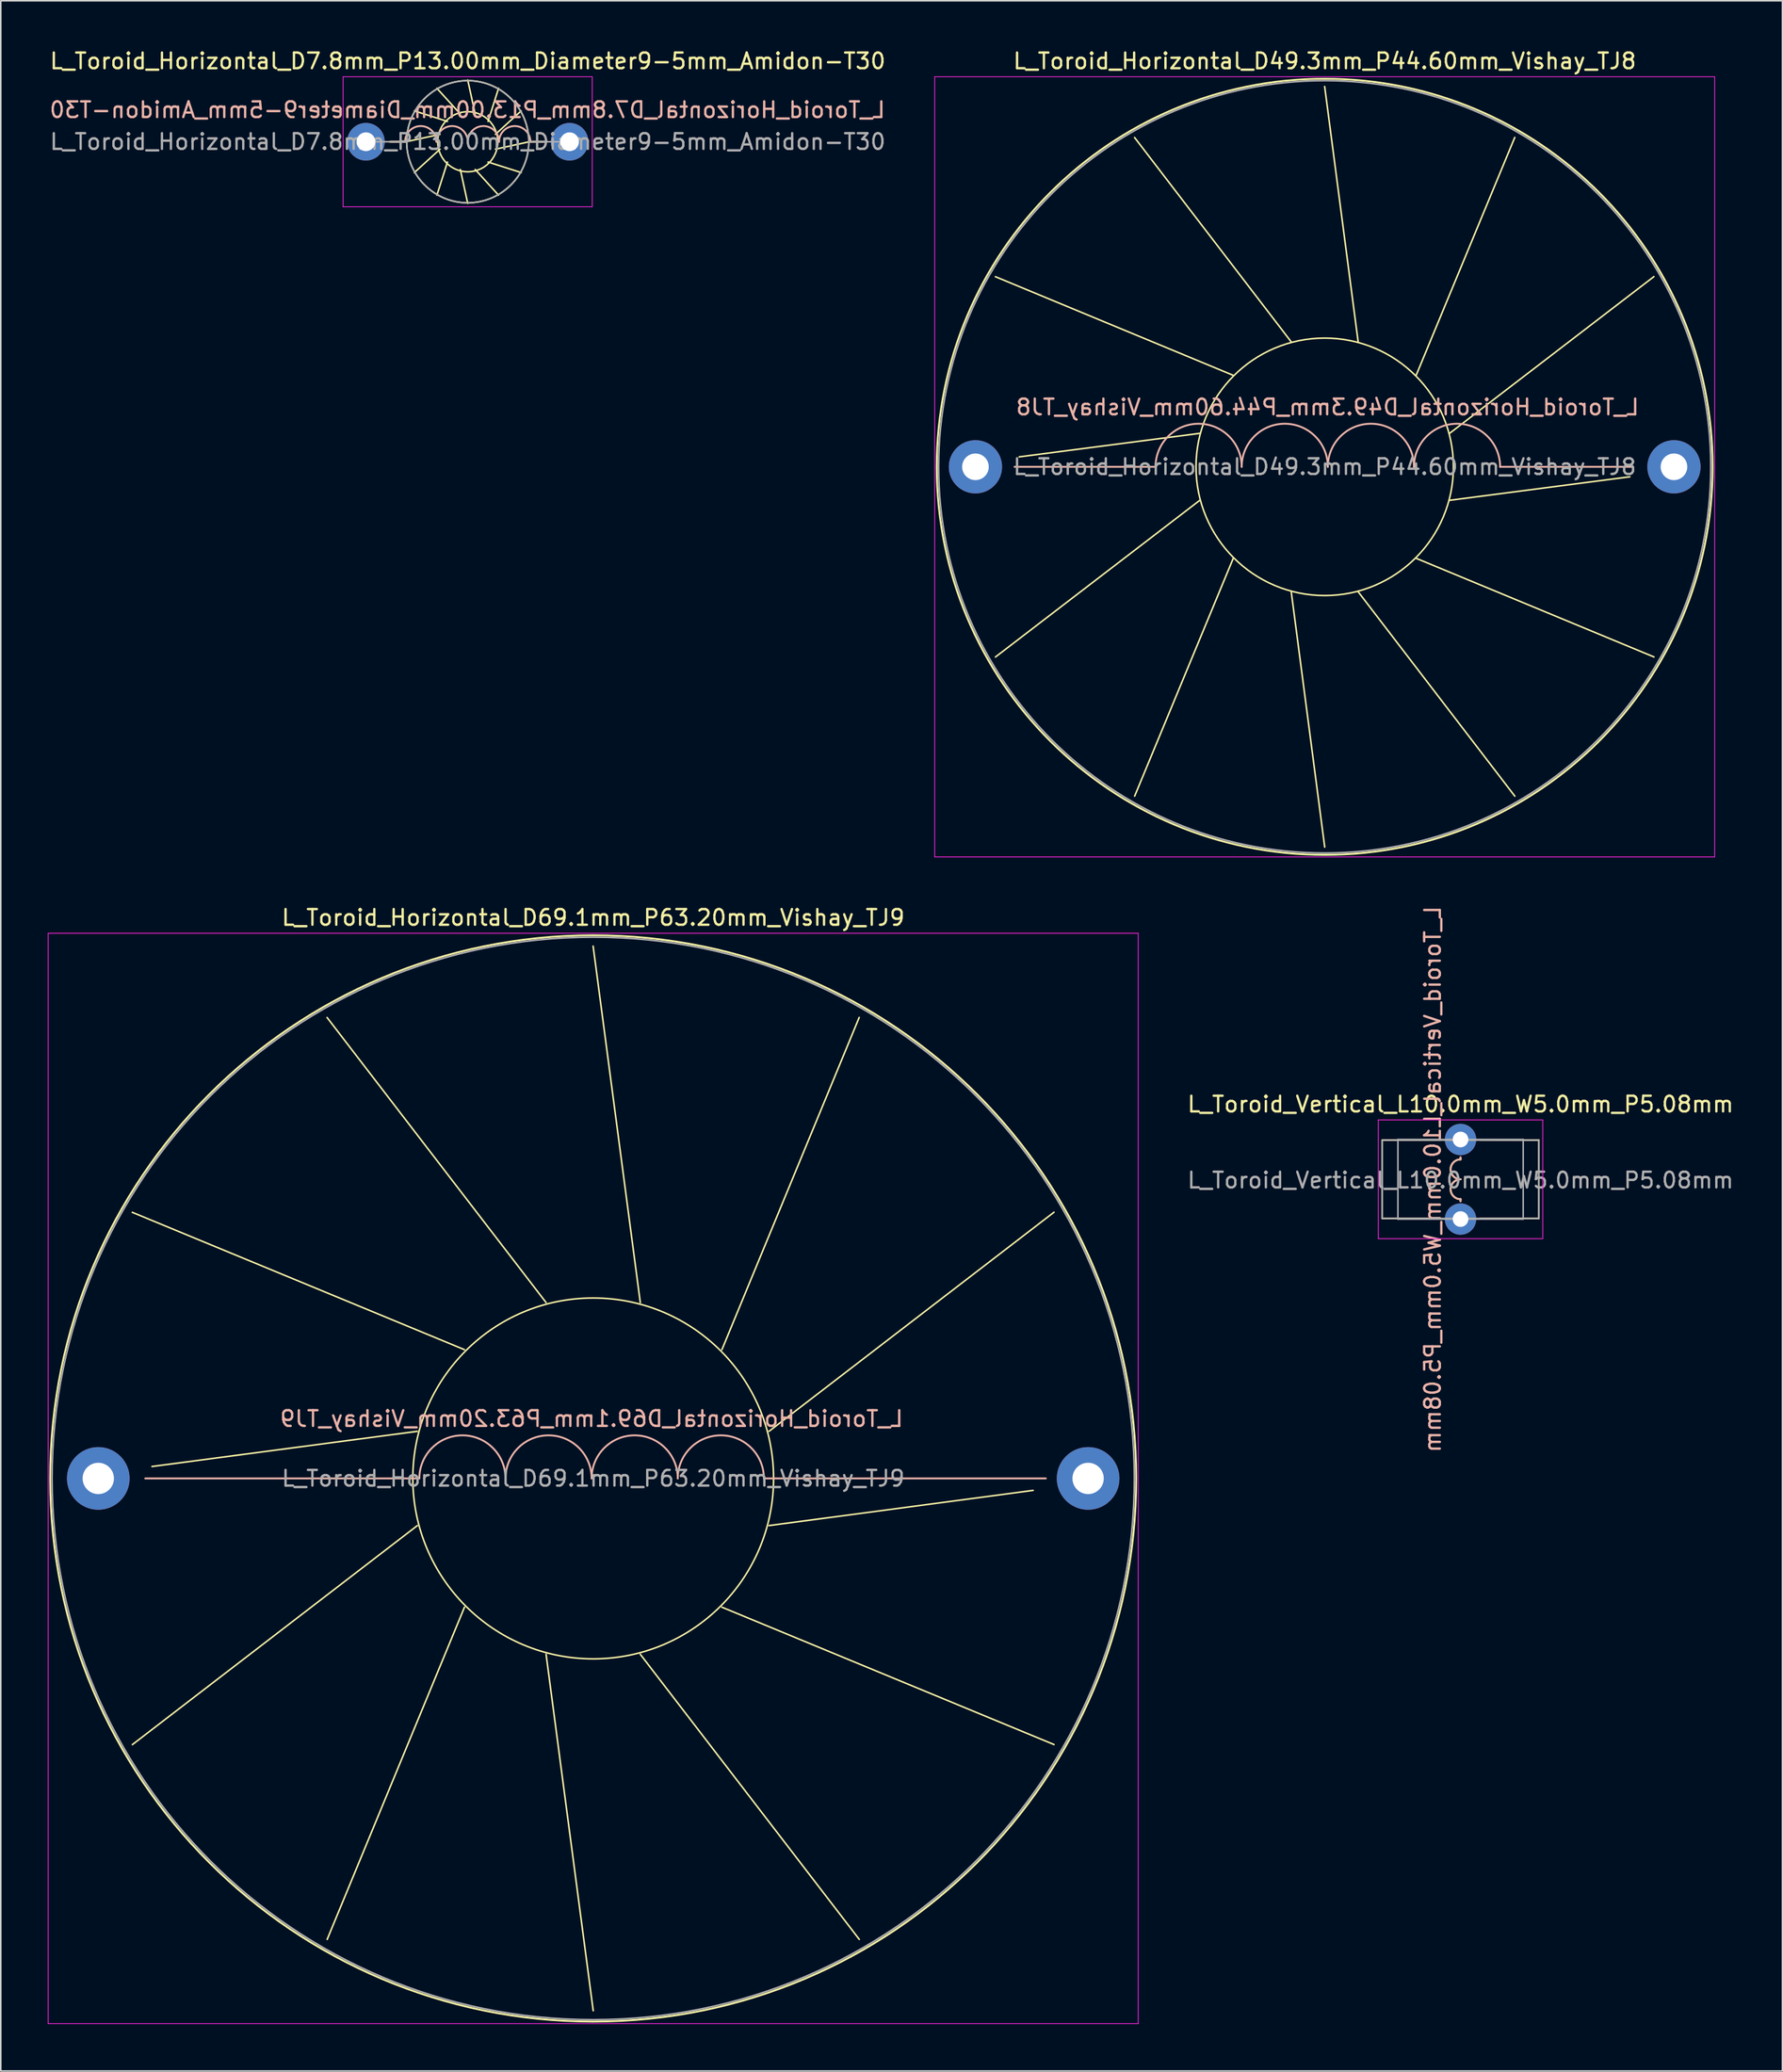
<source format=kicad_pcb>
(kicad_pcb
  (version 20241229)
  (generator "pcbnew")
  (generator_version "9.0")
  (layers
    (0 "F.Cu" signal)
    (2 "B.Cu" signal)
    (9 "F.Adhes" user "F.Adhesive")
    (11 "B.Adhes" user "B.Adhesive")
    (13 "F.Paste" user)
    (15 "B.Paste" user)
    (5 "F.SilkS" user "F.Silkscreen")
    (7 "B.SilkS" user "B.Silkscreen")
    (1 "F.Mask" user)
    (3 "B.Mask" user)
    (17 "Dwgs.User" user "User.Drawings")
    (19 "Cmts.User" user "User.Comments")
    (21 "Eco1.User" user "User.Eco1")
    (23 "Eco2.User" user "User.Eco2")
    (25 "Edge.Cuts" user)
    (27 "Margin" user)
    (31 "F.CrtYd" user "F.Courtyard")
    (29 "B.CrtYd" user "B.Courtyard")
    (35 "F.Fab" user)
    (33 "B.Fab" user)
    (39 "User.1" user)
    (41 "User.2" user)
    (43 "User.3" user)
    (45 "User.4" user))
  (footprint "L_Toroid_Horizontal_D7.8mm_P13.00mm_Diameter9-5mm_Amidon-T30"
    (layer "F.Cu")
    (at 20.315 5.997)
    (property "Reference" "L_Toroid_Horizontal_D7.8mm_P13.00mm_Diameter9-5mm_Amidon-T30" (at 6.5 -5.149 0) (layer "F.SilkS") (effects (font (size 1 1) (thickness 0.15))))
    (fp_line (start 2.561 0.000365) (end 4.729 -0.474) (stroke (width 0.1) (type solid)) (layer "F.SilkS"))
    (fp_line (start 2.601 0) (end 1.524 0) (stroke (width 0.12) (type solid)) (layer "F.SilkS"))
    (fp_line (start 3.089 -1.969) (end 5.203 -1.296) (stroke (width 0.1) (type solid)) (layer "F.SilkS"))
    (fp_line (start 3.089 1.97) (end 4.729 0.475) (stroke (width 0.1) (type solid)) (layer "F.SilkS"))
    (fp_line (start 4.53 -3.411) (end 6.025 -1.771) (stroke (width 0.1) (type solid)) (layer "F.SilkS"))
    (fp_line (start 4.531 3.411) (end 5.204 1.297) (stroke (width 0.1) (type solid)) (layer "F.SilkS"))
    (fp_line (start 6.499 -3.939) (end 6.974 -1.771) (stroke (width 0.1) (type solid)) (layer "F.SilkS"))
    (fp_line (start 6.5 3.939) (end 6.026 1.771) (stroke (width 0.1) (type solid)) (layer "F.SilkS"))
    (fp_line (start 8.469 -3.411) (end 7.796 -1.297) (stroke (width 0.1) (type solid)) (layer "F.SilkS"))
    (fp_line (start 8.469 3.411) (end 6.975 1.771) (stroke (width 0.1) (type solid)) (layer "F.SilkS"))
    (fp_line (start 9.911 -1.97) (end 8.271 -0.475) (stroke (width 0.1) (type solid)) (layer "F.SilkS"))
    (fp_line (start 9.911 1.969) (end 7.797 1.297) (stroke (width 0.1) (type solid)) (layer "F.SilkS"))
    (fp_line (start 10.439 -0.001) (end 8.271 0.474) (stroke (width 0.1) (type solid)) (layer "F.SilkS"))
    (fp_line (start 10.439 -0.001) (end 11.43 0) (stroke (width 0.12) (type solid)) (layer "F.SilkS"))
    (fp_circle (center 6.5 0) (end 8.418 0) (stroke (width 0.1) (type solid)) (fill no) (layer "F.SilkS"))
    (fp_circle (center 6.5 0) (end 10.399 0) (stroke (width 0.1) (type solid)) (fill no) (layer "F.SilkS"))
    (fp_line (start 1.6 0) (end 2.5 0) (stroke (width 0.12) (type solid)) (layer "B.SilkS"))
    (fp_line (start 11.4 0) (end 10.5 0) (stroke (width 0.12) (type solid)) (layer "B.SilkS"))
    (fp_arc (start 2.5 0) (mid 3.5 -1) (end 4.5 0) (stroke (width 0.12) (type solid)) (layer "B.SilkS"))
    (fp_arc (start 4.5 0) (mid 5.5 -1) (end 6.5 0) (stroke (width 0.12) (type solid)) (layer "B.SilkS"))
    (fp_arc (start 6.5 0) (mid 7.5 -1) (end 8.5 0) (stroke (width 0.12) (type solid)) (layer "B.SilkS"))
    (fp_arc (start 8.5 0) (mid 9.5 -1) (end 10.5 0) (stroke (width 0.12) (type solid)) (layer "B.SilkS"))
    (fp_line (start -1.46 -4.15) (end -1.46 4.15) (stroke (width 0.05) (type solid)) (layer "F.CrtYd"))
    (fp_line (start -1.46 4.15) (end 14.45 4.15) (stroke (width 0.05) (type solid)) (layer "F.CrtYd"))
    (fp_line (start 14.45 -4.15) (end -1.46 -4.15) (stroke (width 0.05) (type solid)) (layer "F.CrtYd"))
    (fp_line (start 14.45 4.15) (end 14.45 -4.15) (stroke (width 0.05) (type solid)) (layer "F.CrtYd"))
    (fp_line (start 0 0) (end 2.601 0) (stroke (width 0.1) (type solid)) (layer "F.Fab"))
    (fp_line (start 13 0) (end 10.399 0) (stroke (width 0.1) (type solid)) (layer "F.Fab"))
    (fp_circle (center 6.5 0) (end 10.399 0) (stroke (width 0.1) (type solid)) (fill no) (layer "F.Fab"))
    (fp_text user "${REFERENCE}" (at 6.477 -2.032 0) (layer "B.SilkS") (effects (font (size 1 1) (thickness 0.15)) (justify mirror)))
    (fp_text user "${REFERENCE}" (at 6.5 0 0) (layer "F.Fab") (effects (font (size 1 1) (thickness 0.15))))
    (pad "1" thru_hole circle (at 0 0) (size 2.4 2.4) (drill 1.2) (layers "*.Cu" "*.Mask"))
    (pad "2" thru_hole circle (at 13 0) (size 2.4 2.4) (drill 1.2) (layers "*.Cu" "*.Mask")))
  (footprint "L_Toroid_Vertical_L10.0mm_W5.0mm_P5.08mm"
    (layer "F.Cu")
    (at 90.204 69.687)
    (property "Reference" "L_Toroid_Vertical_L10.0mm_W5.0mm_P5.08mm" (at 0 -2.25 0) (layer "F.SilkS") (effects (font (size 1 1) (thickness 0.15))))
    (fp_line (start -5 0.04) (end -5 5.04) (stroke (width 0.1) (type solid)) (layer "F.SilkS"))
    (fp_line (start -5 5.04) (end -1.27 5.04) (stroke (width 0.1) (type solid)) (layer "F.SilkS"))
    (fp_line (start -1.27 0.025) (end -5 0.036) (stroke (width 0.1) (type solid)) (layer "F.SilkS"))
    (fp_line (start 0 1.27) (end 0 1.143) (stroke (width 0.12) (type solid)) (layer "F.SilkS"))
    (fp_line (start 0 3.937) (end 0 3.81) (stroke (width 0.12) (type solid)) (layer "F.SilkS"))
    (fp_line (start 1.27 5.04) (end 5 5.04) (stroke (width 0.1) (type solid)) (layer "F.SilkS"))
    (fp_line (start 5 0.04) (end 1.27 0.025) (stroke (width 0.1) (type solid)) (layer "F.SilkS"))
    (fp_line (start 5 5.04) (end 5 0.04) (stroke (width 0.1) (type solid)) (layer "F.SilkS"))
    (fp_arc (start 0 2.54) (mid -0.635 1.905) (end 0 1.27) (stroke (width 0.12) (type solid)) (layer "F.SilkS"))
    (fp_arc (start 0 3.81) (mid -0.635 3.175) (end 0 2.54) (stroke (width 0.12) (type solid)) (layer "F.SilkS"))
    (fp_line (start 0 1.27) (end 0 1.143) (stroke (width 0.12) (type solid)) (layer "B.SilkS"))
    (fp_line (start 0 3.937) (end 0 3.81) (stroke (width 0.12) (type solid)) (layer "B.SilkS"))
    (fp_arc (start 0 2.54) (mid -0.635 1.905) (end 0 1.27) (stroke (width 0.12) (type solid)) (layer "B.SilkS"))
    (fp_arc (start 0 3.81) (mid -0.635 3.175) (end 0 2.54) (stroke (width 0.12) (type solid)) (layer "B.SilkS"))
    (fp_line (start -5.25 -1.25) (end -5.25 6.33) (stroke (width 0.05) (type solid)) (layer "F.CrtYd"))
    (fp_line (start -5.25 6.33) (end 5.25 6.33) (stroke (width 0.05) (type solid)) (layer "F.CrtYd"))
    (fp_line (start 5.25 -1.25) (end -5.25 -1.25) (stroke (width 0.05) (type solid)) (layer "F.CrtYd"))
    (fp_line (start 5.25 6.33) (end 5.25 -1.25) (stroke (width 0.05) (type solid)) (layer "F.CrtYd"))
    (fp_line (start -5 0.04) (end -5 5.04) (stroke (width 0.1) (type solid)) (layer "F.Fab"))
    (fp_line (start -5 5.04) (end 5 5.04) (stroke (width 0.1) (type solid)) (layer "F.Fab"))
    (fp_line (start -4 0) (end -4 5.08) (stroke (width 0.1) (type solid)) (layer "F.Fab"))
    (fp_line (start -4 5.08) (end 4 5.08) (stroke (width 0.1) (type solid)) (layer "F.Fab"))
    (fp_line (start 4 0) (end -4 0) (stroke (width 0.1) (type solid)) (layer "F.Fab"))
    (fp_line (start 4 5.08) (end 4 0) (stroke (width 0.1) (type solid)) (layer "F.Fab"))
    (fp_line (start 5 0.04) (end -5 0.04) (stroke (width 0.1) (type solid)) (layer "F.Fab"))
    (fp_line (start 5 5.04) (end 5 0.04) (stroke (width 0.1) (type solid)) (layer "F.Fab"))
    (fp_text user "${REFERENCE}" (at -1.778 2.54 270) (layer "B.SilkS") (effects (font (size 1 1) (thickness 0.15)) (justify mirror)))
    (fp_text user "${REFERENCE}" (at 0 2.6 0) (layer "F.Fab") (effects (font (size 1 1) (thickness 0.15))))
    (pad "1" thru_hole circle (at 0 0) (size 2 2) (drill 1) (layers "*.Cu" "*.Mask"))
    (pad "2" thru_hole circle (at 0 5.08) (size 2 2) (drill 1) (layers "*.Cu" "*.Mask")))
  (footprint "L_Toroid_Horizontal_D69.1mm_P63.20mm_Vishay_TJ9"
    (layer "F.Cu")
    (at 3.225 91.322)
    (property "Reference" "L_Toroid_Horizontal_D69.1mm_P63.20mm_Vishay_TJ9" (at 31.6 -35.8 0) (layer "F.SilkS") (effects (font (size 1 1) (thickness 0.15))))
    (fp_line (start 2.174 -16.985) (end 23.379 -8.219) (stroke (width 0.1) (type solid)) (layer "F.SilkS"))
    (fp_line (start 2.177 16.991) (end 20.372 3.01) (stroke (width 0.1) (type solid)) (layer "F.SilkS"))
    (fp_line (start 3.429 -0.762) (end 20.371 -3.008) (stroke (width 0.1) (type solid)) (layer "F.SilkS"))
    (fp_line (start 14.608 -29.422) (end 28.59 -11.228) (stroke (width 0.1) (type solid)) (layer "F.SilkS"))
    (fp_line (start 14.614 29.426) (end 23.381 8.22) (stroke (width 0.1) (type solid)) (layer "F.SilkS"))
    (fp_line (start 31.595 -33.977) (end 34.607 -11.229) (stroke (width 0.1) (type solid)) (layer "F.SilkS"))
    (fp_line (start 31.602 33.977) (end 28.592 11.229) (stroke (width 0.1) (type solid)) (layer "F.SilkS"))
    (fp_line (start 48.584 -29.427) (end 39.819 -8.221) (stroke (width 0.1) (type solid)) (layer "F.SilkS"))
    (fp_line (start 48.589 29.424) (end 34.609 11.228) (stroke (width 0.1) (type solid)) (layer "F.SilkS"))
    (fp_line (start 59.69 0.762) (end 42.829 3.009) (stroke (width 0.1) (type solid)) (layer "F.SilkS"))
    (fp_line (start 61.022 -16.993) (end 42.828 -3.011) (stroke (width 0.1) (type solid)) (layer "F.SilkS"))
    (fp_line (start 61.025 16.988) (end 39.82 8.22) (stroke (width 0.1) (type solid)) (layer "F.SilkS"))
    (fp_circle (center 31.6 0) (end 43.117 0) (stroke (width 0.1) (type solid)) (fill no) (layer "F.SilkS"))
    (fp_circle (center 31.6 0) (end 66.27 0) (stroke (width 0.12) (type solid)) (fill no) (layer "F.SilkS"))
    (fp_line (start 20.5 0) (end 3 0) (stroke (width 0.12) (type solid)) (layer "B.SilkS"))
    (fp_line (start 42.5 0) (end 60.5 0) (stroke (width 0.12) (type solid)) (layer "B.SilkS"))
    (fp_arc (start 20.5 0) (mid 23.25 -2.75) (end 26 0) (stroke (width 0.12) (type solid)) (layer "B.SilkS"))
    (fp_arc (start 26 0) (mid 28.75 -2.75) (end 31.5 0) (stroke (width 0.12) (type solid)) (layer "B.SilkS"))
    (fp_arc (start 31.5 0) (mid 34.25 -2.75) (end 37 0) (stroke (width 0.12) (type solid)) (layer "B.SilkS"))
    (fp_arc (start 37 0) (mid 39.75 -2.75) (end 42.5 0) (stroke (width 0.12) (type solid)) (layer "B.SilkS"))
    (fp_line (start -3.2 -34.8) (end -3.2 34.8) (stroke (width 0.05) (type solid)) (layer "F.CrtYd"))
    (fp_line (start -3.2 34.8) (end 66.4 34.8) (stroke (width 0.05) (type solid)) (layer "F.CrtYd"))
    (fp_line (start 66.4 -34.8) (end -3.2 -34.8) (stroke (width 0.05) (type solid)) (layer "F.CrtYd"))
    (fp_line (start 66.4 34.8) (end 66.4 -34.8) (stroke (width 0.05) (type solid)) (layer "F.CrtYd"))
    (fp_circle (center 31.6 0) (end 66.15 0) (stroke (width 0.1) (type solid)) (fill no) (layer "F.Fab"))
    (fp_text user "${REFERENCE}" (at 31.496 -3.81 0) (layer "B.SilkS") (effects (font (size 1 1) (thickness 0.15)) (justify mirror)))
    (fp_text user "${REFERENCE}" (at 31.6 0 0) (layer "F.Fab") (effects (font (size 1 1) (thickness 0.15))))
    (pad "1" thru_hole circle (at 0 0) (size 4 4) (drill 2) (layers "*.Cu" "*.Mask"))
    (pad "2" thru_hole circle (at 63.2 0) (size 4 4) (drill 2) (layers "*.Cu" "*.Mask")))
  (footprint "L_Toroid_Horizontal_D49.3mm_P44.60mm_Vishay_TJ8"
    (layer "F.Cu")
    (at 59.231 26.748)
    (property "Reference" "L_Toroid_Horizontal_D49.3mm_P44.60mm_Vishay_TJ8" (at 22.3 -25.9 0) (layer "F.SilkS") (effects (font (size 1 1) (thickness 0.15))))
    (fp_line (start 1.276 -12.135) (end 16.46 -5.839) (stroke (width 0.1) (type solid)) (layer "F.SilkS"))
    (fp_line (start 1.279 12.139) (end 14.323 2.138) (stroke (width 0.1) (type solid)) (layer "F.SilkS"))
    (fp_line (start 2.794 -0.635) (end 14.323 -2.137) (stroke (width 0.1) (type solid)) (layer "F.SilkS"))
    (fp_line (start 10.16 -21.021) (end 20.161 -7.977) (stroke (width 0.1) (type solid)) (layer "F.SilkS"))
    (fp_line (start 10.164 21.023) (end 16.461 5.84) (stroke (width 0.1) (type solid)) (layer "F.SilkS"))
    (fp_line (start 22.297 -24.275) (end 24.436 -7.978) (stroke (width 0.1) (type solid)) (layer "F.SilkS"))
    (fp_line (start 22.301 24.275) (end 20.163 7.977) (stroke (width 0.1) (type solid)) (layer "F.SilkS"))
    (fp_line (start 34.434 -21.024) (end 28.139 -5.841) (stroke (width 0.1) (type solid)) (layer "F.SilkS"))
    (fp_line (start 34.438 21.022) (end 24.438 7.977) (stroke (width 0.1) (type solid)) (layer "F.SilkS"))
    (fp_line (start 41.783 0.635) (end 30.277 2.137) (stroke (width 0.1) (type solid)) (layer "F.SilkS"))
    (fp_line (start 43.32 -12.141) (end 30.277 -2.139) (stroke (width 0.1) (type solid)) (layer "F.SilkS"))
    (fp_line (start 43.323 12.137) (end 28.14 5.84) (stroke (width 0.1) (type solid)) (layer "F.SilkS"))
    (fp_circle (center 22.3 0) (end 30.517 0) (stroke (width 0.1) (type solid)) (fill no) (layer "F.SilkS"))
    (fp_circle (center 22.3 0) (end 47.07 0) (stroke (width 0.12) (type solid)) (fill no) (layer "F.SilkS"))
    (fp_line (start 11.5 0) (end 2.5 0) (stroke (width 0.12) (type solid)) (layer "B.SilkS"))
    (fp_line (start 33.5 0) (end 42 0) (stroke (width 0.12) (type solid)) (layer "B.SilkS"))
    (fp_arc (start 11.5 0) (mid 14.25 -2.75) (end 17 0) (stroke (width 0.12) (type solid)) (layer "B.SilkS"))
    (fp_arc (start 17 0) (mid 19.75 -2.75) (end 22.5 0) (stroke (width 0.12) (type solid)) (layer "B.SilkS"))
    (fp_arc (start 22.5 0) (mid 25.25 -2.75) (end 28 0) (stroke (width 0.12) (type solid)) (layer "B.SilkS"))
    (fp_arc (start 28 0) (mid 30.75 -2.75) (end 33.5 0) (stroke (width 0.12) (type solid)) (layer "B.SilkS"))
    (fp_line (start -2.6 -24.9) (end -2.6 24.9) (stroke (width 0.05) (type solid)) (layer "F.CrtYd"))
    (fp_line (start -2.6 24.9) (end 47.2 24.9) (stroke (width 0.05) (type solid)) (layer "F.CrtYd"))
    (fp_line (start 47.2 -24.9) (end -2.6 -24.9) (stroke (width 0.05) (type solid)) (layer "F.CrtYd"))
    (fp_line (start 47.2 24.9) (end 47.2 -24.9) (stroke (width 0.05) (type solid)) (layer "F.CrtYd"))
    (fp_circle (center 22.3 0) (end 46.95 0) (stroke (width 0.1) (type solid)) (fill no) (layer "F.Fab"))
    (fp_text user "${REFERENCE}" (at 22.479 -3.81 0) (layer "B.SilkS") (effects (font (size 1 1) (thickness 0.15)) (justify mirror)))
    (fp_text user "${REFERENCE}" (at 22.3 0 0) (layer "F.Fab") (effects (font (size 1 1) (thickness 0.15))))
    (pad "1" thru_hole circle (at 0 0) (size 3.4 3.4) (drill 1.7) (layers "*.Cu" "*.Mask"))
    (pad "2" thru_hole circle (at 44.6 0) (size 3.4 3.4) (drill 1.7) (layers "*.Cu" "*.Mask")))
  (gr_rect
    (start -3 -3)
    (end 110.757 129.147)
    (stroke (width 0.1) (type default))
    (fill no)
    (layer "Edge.Cuts")))
</source>
